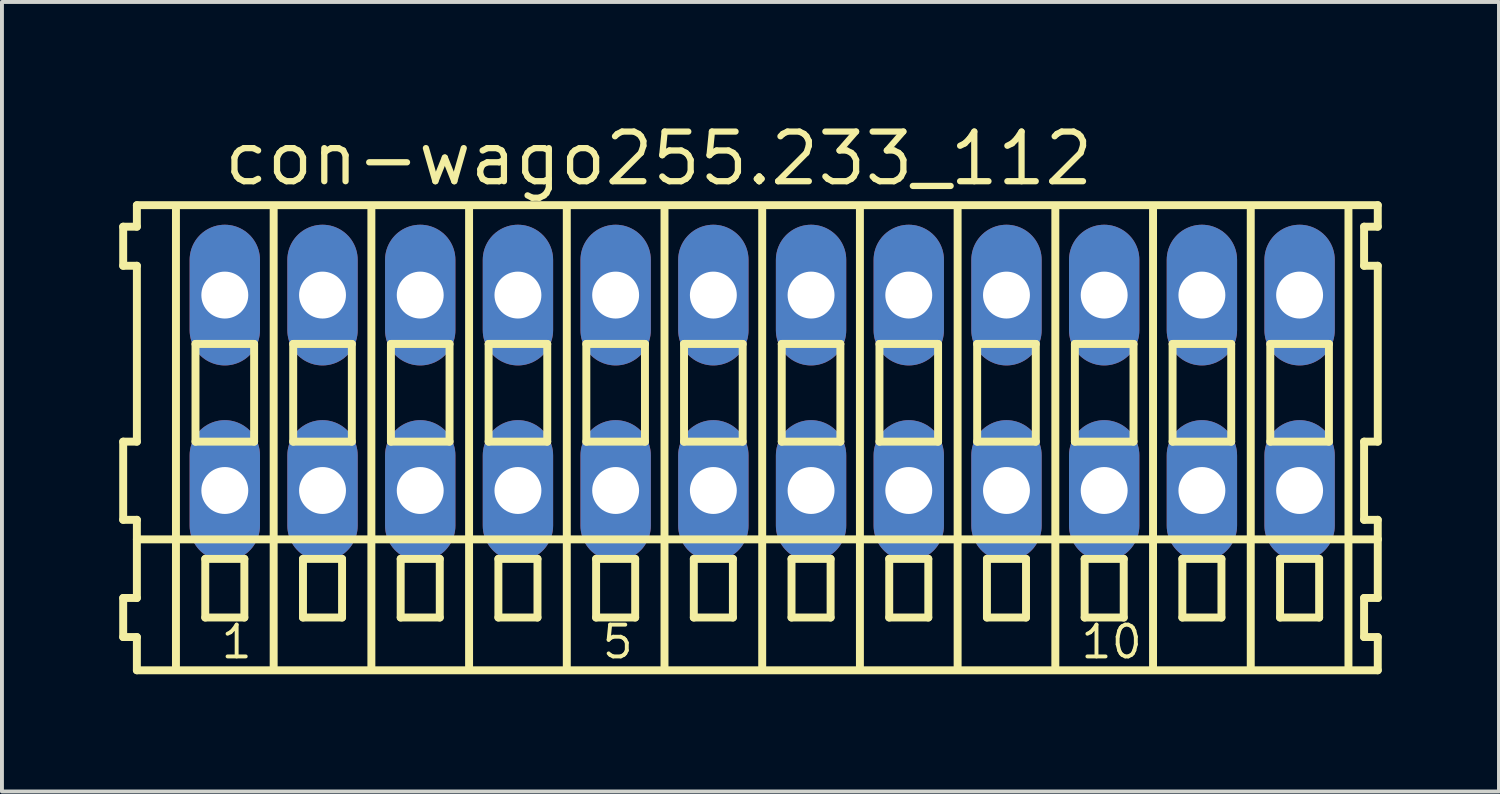
<source format=kicad_pcb>
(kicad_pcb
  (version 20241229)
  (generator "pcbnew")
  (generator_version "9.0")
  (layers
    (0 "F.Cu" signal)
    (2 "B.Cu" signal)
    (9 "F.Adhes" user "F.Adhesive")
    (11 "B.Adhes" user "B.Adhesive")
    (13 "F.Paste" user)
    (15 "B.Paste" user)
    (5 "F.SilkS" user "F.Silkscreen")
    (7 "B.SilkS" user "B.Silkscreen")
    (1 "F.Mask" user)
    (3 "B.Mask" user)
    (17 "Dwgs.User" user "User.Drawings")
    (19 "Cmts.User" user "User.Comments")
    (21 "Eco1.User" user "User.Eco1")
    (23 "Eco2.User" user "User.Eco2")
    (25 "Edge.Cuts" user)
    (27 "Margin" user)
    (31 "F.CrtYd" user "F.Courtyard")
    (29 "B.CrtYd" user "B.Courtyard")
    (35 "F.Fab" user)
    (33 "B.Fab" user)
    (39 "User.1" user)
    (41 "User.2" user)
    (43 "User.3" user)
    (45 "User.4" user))
  (footprint "con-wago255.233_112"
    (layer "F.Cu")
    (at 16.452 7)
    (property "Reference" "con-wago255.233_112" (at -13.85 -5.25 0) (layer "F.SilkS") (effects (font (size 1.27 1.27) (thickness 0.16)) (justify left bottom)))
    (attr through_hole)
    (fp_line (start -16.35 -4.25) (end -16.35 -3.25) (stroke (width 0.203) (type default)) (layer "F.SilkS"))
    (fp_line (start -16.35 -3.25) (end -16 -3.25) (stroke (width 0.203) (type default)) (layer "F.SilkS"))
    (fp_line (start -16.35 1.25) (end -16.35 3.25) (stroke (width 0.203) (type default)) (layer "F.SilkS"))
    (fp_line (start -16.35 3.25) (end -16 3.25) (stroke (width 0.203) (type default)) (layer "F.SilkS"))
    (fp_line (start -16.35 5.25) (end -16.35 6.25) (stroke (width 0.203) (type default)) (layer "F.SilkS"))
    (fp_line (start -16.35 6.25) (end -16 6.25) (stroke (width 0.203) (type default)) (layer "F.SilkS"))
    (fp_line (start -16 -4.8) (end -16 -4.25) (stroke (width 0.203) (type default)) (layer "F.SilkS"))
    (fp_line (start -16 -4.25) (end -16.35 -4.25) (stroke (width 0.203) (type default)) (layer "F.SilkS"))
    (fp_line (start -16 -3.25) (end -16 1.25) (stroke (width 0.203) (type default)) (layer "F.SilkS"))
    (fp_line (start -16 1.25) (end -16.35 1.25) (stroke (width 0.203) (type default)) (layer "F.SilkS"))
    (fp_line (start -16 3.25) (end -16 5.25) (stroke (width 0.203) (type default)) (layer "F.SilkS"))
    (fp_line (start -16 3.75) (end 15.75 3.75) (stroke (width 0.203) (type default)) (layer "F.SilkS"))
    (fp_line (start -16 5.25) (end -16.35 5.25) (stroke (width 0.203) (type default)) (layer "F.SilkS"))
    (fp_line (start -16 6.25) (end -16 7.1) (stroke (width 0.203) (type default)) (layer "F.SilkS"))
    (fp_line (start -16 7.1) (end 15.75 7.1) (stroke (width 0.203) (type default)) (layer "F.SilkS"))
    (fp_line (start -15 -4.75) (end -15 7) (stroke (width 0.203) (type default)) (layer "F.SilkS"))
    (fp_line (start -14.5 -1.25) (end -14.5 1.25) (stroke (width 0.203) (type default)) (layer "F.SilkS"))
    (fp_line (start -14.5 1.25) (end -13 1.25) (stroke (width 0.203) (type default)) (layer "F.SilkS"))
    (fp_line (start -14.25 4.25) (end -14.25 5.75) (stroke (width 0.203) (type default)) (layer "F.SilkS"))
    (fp_line (start -14.25 5.75) (end -13.25 5.75) (stroke (width 0.203) (type default)) (layer "F.SilkS"))
    (fp_line (start -13.25 4.25) (end -14.25 4.25) (stroke (width 0.203) (type default)) (layer "F.SilkS"))
    (fp_line (start -13.25 5.75) (end -13.25 4.25) (stroke (width 0.203) (type default)) (layer "F.SilkS"))
    (fp_line (start -13 -1.25) (end -14.5 -1.25) (stroke (width 0.203) (type default)) (layer "F.SilkS"))
    (fp_line (start -13 1.25) (end -13 -1.25) (stroke (width 0.203) (type default)) (layer "F.SilkS"))
    (fp_line (start -12.5 -4.75) (end -12.5 7) (stroke (width 0.203) (type default)) (layer "F.SilkS"))
    (fp_line (start -12 -1.25) (end -12 1.25) (stroke (width 0.203) (type default)) (layer "F.SilkS"))
    (fp_line (start -12 1.25) (end -10.5 1.25) (stroke (width 0.203) (type default)) (layer "F.SilkS"))
    (fp_line (start -11.75 4.25) (end -11.75 5.75) (stroke (width 0.203) (type default)) (layer "F.SilkS"))
    (fp_line (start -11.75 5.75) (end -10.75 5.75) (stroke (width 0.203) (type default)) (layer "F.SilkS"))
    (fp_line (start -10.75 4.25) (end -11.75 4.25) (stroke (width 0.203) (type default)) (layer "F.SilkS"))
    (fp_line (start -10.75 5.75) (end -10.75 4.25) (stroke (width 0.203) (type default)) (layer "F.SilkS"))
    (fp_line (start -10.5 -1.25) (end -12 -1.25) (stroke (width 0.203) (type default)) (layer "F.SilkS"))
    (fp_line (start -10.5 1.25) (end -10.5 -1.25) (stroke (width 0.203) (type default)) (layer "F.SilkS"))
    (fp_line (start -10 -4.75) (end -10 7) (stroke (width 0.203) (type default)) (layer "F.SilkS"))
    (fp_line (start -9.5 -1.25) (end -9.5 1.25) (stroke (width 0.203) (type default)) (layer "F.SilkS"))
    (fp_line (start -9.5 1.25) (end -8 1.25) (stroke (width 0.203) (type default)) (layer "F.SilkS"))
    (fp_line (start -9.25 4.25) (end -9.25 5.75) (stroke (width 0.203) (type default)) (layer "F.SilkS"))
    (fp_line (start -9.25 5.75) (end -8.25 5.75) (stroke (width 0.203) (type default)) (layer "F.SilkS"))
    (fp_line (start -8.25 4.25) (end -9.25 4.25) (stroke (width 0.203) (type default)) (layer "F.SilkS"))
    (fp_line (start -8.25 5.75) (end -8.25 4.25) (stroke (width 0.203) (type default)) (layer "F.SilkS"))
    (fp_line (start -8 -1.25) (end -9.5 -1.25) (stroke (width 0.203) (type default)) (layer "F.SilkS"))
    (fp_line (start -8 1.25) (end -8 -1.25) (stroke (width 0.203) (type default)) (layer "F.SilkS"))
    (fp_line (start -7.5 -4.75) (end -7.5 7) (stroke (width 0.203) (type default)) (layer "F.SilkS"))
    (fp_line (start -7 -1.25) (end -7 1.25) (stroke (width 0.203) (type default)) (layer "F.SilkS"))
    (fp_line (start -7 1.25) (end -5.5 1.25) (stroke (width 0.203) (type default)) (layer "F.SilkS"))
    (fp_line (start -6.75 4.25) (end -6.75 5.75) (stroke (width 0.203) (type default)) (layer "F.SilkS"))
    (fp_line (start -6.75 5.75) (end -5.75 5.75) (stroke (width 0.203) (type default)) (layer "F.SilkS"))
    (fp_line (start -5.75 4.25) (end -6.75 4.25) (stroke (width 0.203) (type default)) (layer "F.SilkS"))
    (fp_line (start -5.75 5.75) (end -5.75 4.25) (stroke (width 0.203) (type default)) (layer "F.SilkS"))
    (fp_line (start -5.5 -1.25) (end -7 -1.25) (stroke (width 0.203) (type default)) (layer "F.SilkS"))
    (fp_line (start -5.5 1.25) (end -5.5 -1.25) (stroke (width 0.203) (type default)) (layer "F.SilkS"))
    (fp_line (start -5 -4.75) (end -5 7) (stroke (width 0.203) (type default)) (layer "F.SilkS"))
    (fp_line (start -4.5 -1.25) (end -4.5 1.25) (stroke (width 0.203) (type default)) (layer "F.SilkS"))
    (fp_line (start -4.5 1.25) (end -3 1.25) (stroke (width 0.203) (type default)) (layer "F.SilkS"))
    (fp_line (start -4.25 4.25) (end -4.25 5.75) (stroke (width 0.203) (type default)) (layer "F.SilkS"))
    (fp_line (start -4.25 5.75) (end -3.25 5.75) (stroke (width 0.203) (type default)) (layer "F.SilkS"))
    (fp_line (start -3.25 4.25) (end -4.25 4.25) (stroke (width 0.203) (type default)) (layer "F.SilkS"))
    (fp_line (start -3.25 5.75) (end -3.25 4.25) (stroke (width 0.203) (type default)) (layer "F.SilkS"))
    (fp_line (start -3 -1.25) (end -4.5 -1.25) (stroke (width 0.203) (type default)) (layer "F.SilkS"))
    (fp_line (start -3 1.25) (end -3 -1.25) (stroke (width 0.203) (type default)) (layer "F.SilkS"))
    (fp_line (start -2.5 -4.75) (end -2.5 7) (stroke (width 0.203) (type default)) (layer "F.SilkS"))
    (fp_line (start -2 -1.25) (end -2 1.25) (stroke (width 0.203) (type default)) (layer "F.SilkS"))
    (fp_line (start -2 1.25) (end -0.5 1.25) (stroke (width 0.203) (type default)) (layer "F.SilkS"))
    (fp_line (start -1.75 4.25) (end -1.75 5.75) (stroke (width 0.203) (type default)) (layer "F.SilkS"))
    (fp_line (start -1.75 5.75) (end -0.75 5.75) (stroke (width 0.203) (type default)) (layer "F.SilkS"))
    (fp_line (start -0.75 4.25) (end -1.75 4.25) (stroke (width 0.203) (type default)) (layer "F.SilkS"))
    (fp_line (start -0.75 5.75) (end -0.75 4.25) (stroke (width 0.203) (type default)) (layer "F.SilkS"))
    (fp_line (start -0.5 -1.25) (end -2 -1.25) (stroke (width 0.203) (type default)) (layer "F.SilkS"))
    (fp_line (start -0.5 1.25) (end -0.5 -1.25) (stroke (width 0.203) (type default)) (layer "F.SilkS"))
    (fp_line (start 0 -4.75) (end 0 7) (stroke (width 0.203) (type default)) (layer "F.SilkS"))
    (fp_line (start 0.5 -1.25) (end 0.5 1.25) (stroke (width 0.203) (type default)) (layer "F.SilkS"))
    (fp_line (start 0.5 1.25) (end 2 1.25) (stroke (width 0.203) (type default)) (layer "F.SilkS"))
    (fp_line (start 0.75 4.25) (end 0.75 5.75) (stroke (width 0.203) (type default)) (layer "F.SilkS"))
    (fp_line (start 0.75 5.75) (end 1.75 5.75) (stroke (width 0.203) (type default)) (layer "F.SilkS"))
    (fp_line (start 1.75 4.25) (end 0.75 4.25) (stroke (width 0.203) (type default)) (layer "F.SilkS"))
    (fp_line (start 1.75 5.75) (end 1.75 4.25) (stroke (width 0.203) (type default)) (layer "F.SilkS"))
    (fp_line (start 2 -1.25) (end 0.5 -1.25) (stroke (width 0.203) (type default)) (layer "F.SilkS"))
    (fp_line (start 2 1.25) (end 2 -1.25) (stroke (width 0.203) (type default)) (layer "F.SilkS"))
    (fp_line (start 2.5 -4.75) (end 2.5 7) (stroke (width 0.203) (type default)) (layer "F.SilkS"))
    (fp_line (start 3 -1.25) (end 3 1.25) (stroke (width 0.203) (type default)) (layer "F.SilkS"))
    (fp_line (start 3 1.25) (end 4.5 1.25) (stroke (width 0.203) (type default)) (layer "F.SilkS"))
    (fp_line (start 3.25 4.25) (end 3.25 5.75) (stroke (width 0.203) (type default)) (layer "F.SilkS"))
    (fp_line (start 3.25 5.75) (end 4.25 5.75) (stroke (width 0.203) (type default)) (layer "F.SilkS"))
    (fp_line (start 4.25 4.25) (end 3.25 4.25) (stroke (width 0.203) (type default)) (layer "F.SilkS"))
    (fp_line (start 4.25 5.75) (end 4.25 4.25) (stroke (width 0.203) (type default)) (layer "F.SilkS"))
    (fp_line (start 4.5 -1.25) (end 3 -1.25) (stroke (width 0.203) (type default)) (layer "F.SilkS"))
    (fp_line (start 4.5 1.25) (end 4.5 -1.25) (stroke (width 0.203) (type default)) (layer "F.SilkS"))
    (fp_line (start 5 -4.75) (end 5 7) (stroke (width 0.203) (type default)) (layer "F.SilkS"))
    (fp_line (start 5.5 -1.25) (end 5.5 1.25) (stroke (width 0.203) (type default)) (layer "F.SilkS"))
    (fp_line (start 5.5 1.25) (end 7 1.25) (stroke (width 0.203) (type default)) (layer "F.SilkS"))
    (fp_line (start 5.75 4.25) (end 5.75 5.75) (stroke (width 0.203) (type default)) (layer "F.SilkS"))
    (fp_line (start 5.75 5.75) (end 6.75 5.75) (stroke (width 0.203) (type default)) (layer "F.SilkS"))
    (fp_line (start 6.75 4.25) (end 5.75 4.25) (stroke (width 0.203) (type default)) (layer "F.SilkS"))
    (fp_line (start 6.75 5.75) (end 6.75 4.25) (stroke (width 0.203) (type default)) (layer "F.SilkS"))
    (fp_line (start 7 -1.25) (end 5.5 -1.25) (stroke (width 0.203) (type default)) (layer "F.SilkS"))
    (fp_line (start 7 1.25) (end 7 -1.25) (stroke (width 0.203) (type default)) (layer "F.SilkS"))
    (fp_line (start 7.5 -4.75) (end 7.5 7) (stroke (width 0.203) (type default)) (layer "F.SilkS"))
    (fp_line (start 8 -1.25) (end 8 1.25) (stroke (width 0.203) (type default)) (layer "F.SilkS"))
    (fp_line (start 8 1.25) (end 9.5 1.25) (stroke (width 0.203) (type default)) (layer "F.SilkS"))
    (fp_line (start 8.25 4.25) (end 8.25 5.75) (stroke (width 0.203) (type default)) (layer "F.SilkS"))
    (fp_line (start 8.25 5.75) (end 9.25 5.75) (stroke (width 0.203) (type default)) (layer "F.SilkS"))
    (fp_line (start 9.25 4.25) (end 8.25 4.25) (stroke (width 0.203) (type default)) (layer "F.SilkS"))
    (fp_line (start 9.25 5.75) (end 9.25 4.25) (stroke (width 0.203) (type default)) (layer "F.SilkS"))
    (fp_line (start 9.5 -1.25) (end 8 -1.25) (stroke (width 0.203) (type default)) (layer "F.SilkS"))
    (fp_line (start 9.5 1.25) (end 9.5 -1.25) (stroke (width 0.203) (type default)) (layer "F.SilkS"))
    (fp_line (start 10 -4.75) (end 10 7) (stroke (width 0.203) (type default)) (layer "F.SilkS"))
    (fp_line (start 10.5 -1.25) (end 10.5 1.25) (stroke (width 0.203) (type default)) (layer "F.SilkS"))
    (fp_line (start 10.5 1.25) (end 12 1.25) (stroke (width 0.203) (type default)) (layer "F.SilkS"))
    (fp_line (start 10.75 4.25) (end 10.75 5.75) (stroke (width 0.203) (type default)) (layer "F.SilkS"))
    (fp_line (start 10.75 5.75) (end 11.75 5.75) (stroke (width 0.203) (type default)) (layer "F.SilkS"))
    (fp_line (start 11.75 4.25) (end 10.75 4.25) (stroke (width 0.203) (type default)) (layer "F.SilkS"))
    (fp_line (start 11.75 5.75) (end 11.75 4.25) (stroke (width 0.203) (type default)) (layer "F.SilkS"))
    (fp_line (start 12 -1.25) (end 10.5 -1.25) (stroke (width 0.203) (type default)) (layer "F.SilkS"))
    (fp_line (start 12 1.25) (end 12 -1.25) (stroke (width 0.203) (type default)) (layer "F.SilkS"))
    (fp_line (start 12.5 -4.75) (end 12.5 7) (stroke (width 0.203) (type default)) (layer "F.SilkS"))
    (fp_line (start 13 -1.25) (end 13 1.25) (stroke (width 0.203) (type default)) (layer "F.SilkS"))
    (fp_line (start 13 1.25) (end 14.5 1.25) (stroke (width 0.203) (type default)) (layer "F.SilkS"))
    (fp_line (start 13.25 4.25) (end 13.25 5.75) (stroke (width 0.203) (type default)) (layer "F.SilkS"))
    (fp_line (start 13.25 5.75) (end 14.25 5.75) (stroke (width 0.203) (type default)) (layer "F.SilkS"))
    (fp_line (start 14.25 4.25) (end 13.25 4.25) (stroke (width 0.203) (type default)) (layer "F.SilkS"))
    (fp_line (start 14.25 5.75) (end 14.25 4.25) (stroke (width 0.203) (type default)) (layer "F.SilkS"))
    (fp_line (start 14.5 -1.25) (end 13 -1.25) (stroke (width 0.203) (type default)) (layer "F.SilkS"))
    (fp_line (start 14.5 1.25) (end 14.5 -1.25) (stroke (width 0.203) (type default)) (layer "F.SilkS"))
    (fp_line (start 15 -4.75) (end 15 7) (stroke (width 0.203) (type default)) (layer "F.SilkS"))
    (fp_line (start 15.4 -4.25) (end 15.4 -3.25) (stroke (width 0.203) (type default)) (layer "F.SilkS"))
    (fp_line (start 15.4 -3.25) (end 15.75 -3.25) (stroke (width 0.203) (type default)) (layer "F.SilkS"))
    (fp_line (start 15.4 1.25) (end 15.4 3.25) (stroke (width 0.203) (type default)) (layer "F.SilkS"))
    (fp_line (start 15.4 3.25) (end 15.75 3.25) (stroke (width 0.203) (type default)) (layer "F.SilkS"))
    (fp_line (start 15.4 5.25) (end 15.4 6.25) (stroke (width 0.203) (type default)) (layer "F.SilkS"))
    (fp_line (start 15.4 6.25) (end 15.75 6.25) (stroke (width 0.203) (type default)) (layer "F.SilkS"))
    (fp_line (start 15.75 -4.8) (end -16 -4.8) (stroke (width 0.203) (type default)) (layer "F.SilkS"))
    (fp_line (start 15.75 -4.25) (end 15.4 -4.25) (stroke (width 0.203) (type default)) (layer "F.SilkS"))
    (fp_line (start 15.75 -4.25) (end 15.75 -4.8) (stroke (width 0.203) (type default)) (layer "F.SilkS"))
    (fp_line (start 15.75 1.25) (end 15.4 1.25) (stroke (width 0.203) (type default)) (layer "F.SilkS"))
    (fp_line (start 15.75 1.25) (end 15.75 -3.25) (stroke (width 0.203) (type default)) (layer "F.SilkS"))
    (fp_line (start 15.75 3.75) (end 15.75 3.25) (stroke (width 0.203) (type default)) (layer "F.SilkS"))
    (fp_line (start 15.75 5.25) (end 15.4 5.25) (stroke (width 0.203) (type default)) (layer "F.SilkS"))
    (fp_line (start 15.75 5.25) (end 15.75 3.75) (stroke (width 0.203) (type default)) (layer "F.SilkS"))
    (fp_line (start 15.75 7.1) (end 15.75 6.25) (stroke (width 0.203) (type default)) (layer "F.SilkS"))
    (fp_text user "5" (at -4.15 6.85 0) (layer "F.SilkS") (effects (font (size 0.813 0.813) (thickness 0.1)) (justify left bottom)))
    (fp_text user "1" (at -13.9 6.85 0) (layer "F.SilkS") (effects (font (size 0.813 0.813) (thickness 0.1)) (justify left bottom)))
    (fp_text user "10" (at 8.1 6.85 0) (layer "F.SilkS") (effects (font (size 0.813 0.813) (thickness 0.1)) (justify left bottom)))
    (pad "A1" thru_hole oval (at -13.75 -2.5 90) (size 3.6 1.8) (drill 1.2) (layers "*.Cu" "*.Mask"))
    (pad "A2" thru_hole oval (at -11.25 -2.5 90) (size 3.6 1.8) (drill 1.2) (layers "*.Cu" "*.Mask"))
    (pad "A3" thru_hole oval (at -8.75 -2.5 90) (size 3.6 1.8) (drill 1.2) (layers "*.Cu" "*.Mask"))
    (pad "A4" thru_hole oval (at -6.25 -2.5 90) (size 3.6 1.8) (drill 1.2) (layers "*.Cu" "*.Mask"))
    (pad "A5" thru_hole oval (at -3.75 -2.5 90) (size 3.6 1.8) (drill 1.2) (layers "*.Cu" "*.Mask"))
    (pad "A6" thru_hole oval (at -1.25 -2.5 90) (size 3.6 1.8) (drill 1.2) (layers "*.Cu" "*.Mask"))
    (pad "A7" thru_hole oval (at 1.25 -2.5 90) (size 3.6 1.8) (drill 1.2) (layers "*.Cu" "*.Mask"))
    (pad "A8" thru_hole oval (at 3.75 -2.5 90) (size 3.6 1.8) (drill 1.2) (layers "*.Cu" "*.Mask"))
    (pad "A9" thru_hole oval (at 6.25 -2.5 90) (size 3.6 1.8) (drill 1.2) (layers "*.Cu" "*.Mask"))
    (pad "A10" thru_hole oval (at 8.75 -2.5 90) (size 3.6 1.8) (drill 1.2) (layers "*.Cu" "*.Mask"))
    (pad "A11" thru_hole oval (at 11.25 -2.5 90) (size 3.6 1.8) (drill 1.2) (layers "*.Cu" "*.Mask"))
    (pad "A12" thru_hole oval (at 13.75 -2.5 90) (size 3.6 1.8) (drill 1.2) (layers "*.Cu" "*.Mask"))
    (pad "B1" thru_hole oval (at -13.75 2.5 90) (size 3.6 1.8) (drill 1.2) (layers "*.Cu" "*.Mask"))
    (pad "B2" thru_hole oval (at -11.25 2.5 90) (size 3.6 1.8) (drill 1.2) (layers "*.Cu" "*.Mask"))
    (pad "B3" thru_hole oval (at -8.75 2.5 90) (size 3.6 1.8) (drill 1.2) (layers "*.Cu" "*.Mask"))
    (pad "B4" thru_hole oval (at -6.25 2.5 90) (size 3.6 1.8) (drill 1.2) (layers "*.Cu" "*.Mask"))
    (pad "B5" thru_hole oval (at -3.75 2.5 90) (size 3.6 1.8) (drill 1.2) (layers "*.Cu" "*.Mask"))
    (pad "B6" thru_hole oval (at -1.25 2.5 90) (size 3.6 1.8) (drill 1.2) (layers "*.Cu" "*.Mask"))
    (pad "B7" thru_hole oval (at 1.25 2.5 90) (size 3.6 1.8) (drill 1.2) (layers "*.Cu" "*.Mask"))
    (pad "B8" thru_hole oval (at 3.75 2.5 90) (size 3.6 1.8) (drill 1.2) (layers "*.Cu" "*.Mask"))
    (pad "B9" thru_hole oval (at 6.25 2.5 90) (size 3.6 1.8) (drill 1.2) (layers "*.Cu" "*.Mask"))
    (pad "B10" thru_hole oval (at 8.75 2.5 90) (size 3.6 1.8) (drill 1.2) (layers "*.Cu" "*.Mask"))
    (pad "B11" thru_hole oval (at 11.25 2.5 90) (size 3.6 1.8) (drill 1.2) (layers "*.Cu" "*.Mask"))
    (pad "B12" thru_hole oval (at 13.75 2.5 90) (size 3.6 1.8) (drill 1.2) (layers "*.Cu" "*.Mask")))
  (gr_rect
    (start -3 -3)
    (end 35.303 17.202)
    (stroke (width 0.1) (type default))
    (fill no)
    (layer "Edge.Cuts")))
</source>
